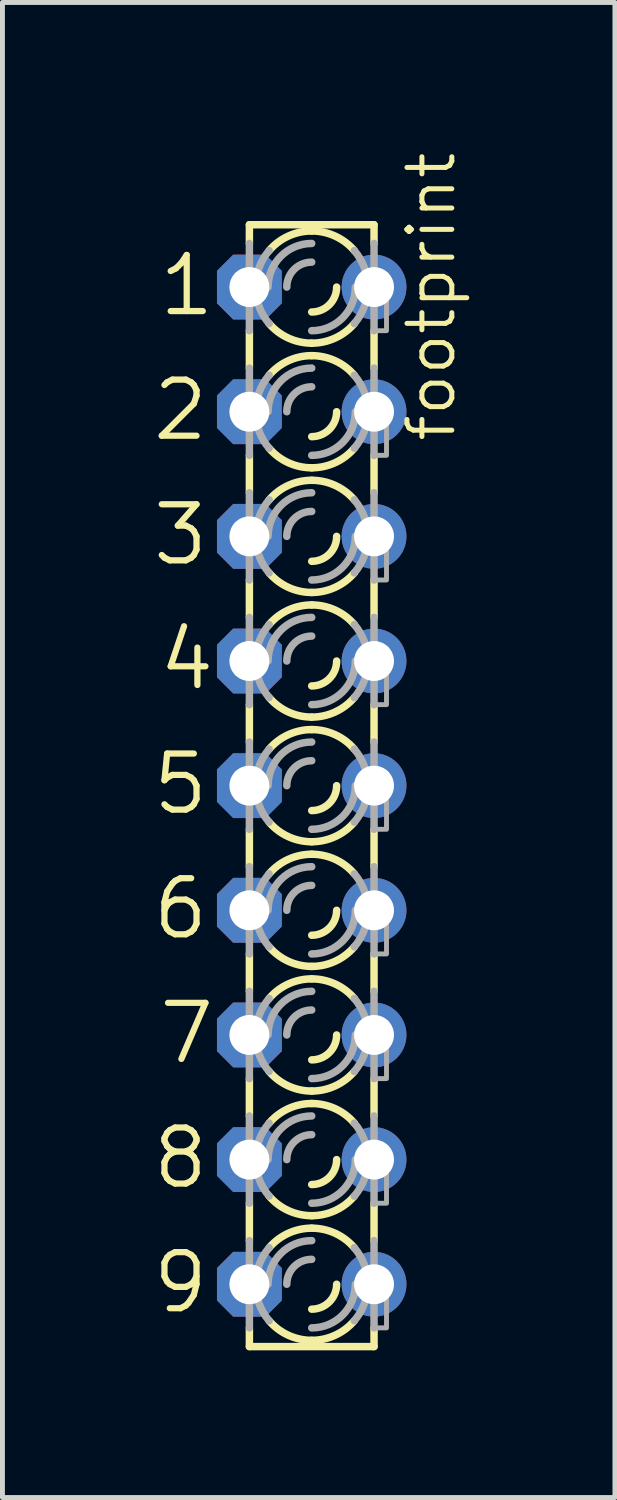
<source format=kicad_pcb>
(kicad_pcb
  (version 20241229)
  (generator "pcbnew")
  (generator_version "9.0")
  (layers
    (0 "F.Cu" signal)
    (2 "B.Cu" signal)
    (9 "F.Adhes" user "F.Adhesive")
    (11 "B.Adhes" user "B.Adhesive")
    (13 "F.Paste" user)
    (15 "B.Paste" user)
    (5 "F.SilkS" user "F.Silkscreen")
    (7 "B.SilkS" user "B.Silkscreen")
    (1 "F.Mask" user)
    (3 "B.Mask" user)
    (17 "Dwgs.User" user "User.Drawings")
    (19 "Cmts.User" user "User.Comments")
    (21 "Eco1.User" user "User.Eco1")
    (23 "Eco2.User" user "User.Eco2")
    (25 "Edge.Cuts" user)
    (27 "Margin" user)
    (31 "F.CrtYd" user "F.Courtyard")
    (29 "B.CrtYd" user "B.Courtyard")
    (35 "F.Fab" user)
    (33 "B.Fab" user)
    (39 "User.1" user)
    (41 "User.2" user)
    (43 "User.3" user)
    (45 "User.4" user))
  (footprint "footprint"
    (layer "F.Cu")
    (at 3.302 12.96)
    (property "Reference" "footprint" (at 2.972 -6.96 90) (layer "F.SilkS") (effects (font (size 0.914 0.914) (thickness 0.102)) (justify left bottom)))
    (fp_line (start -1.27 -11.43) (end -1.27 -11.049) (stroke (width 0.152) (type solid)) (layer "F.SilkS"))
    (fp_line (start -1.27 -11.43) (end 1.27 -11.43) (stroke (width 0.152) (type solid)) (layer "F.SilkS"))
    (fp_line (start -1.27 -9.271) (end -1.27 -8.509) (stroke (width 0.152) (type solid)) (layer "F.SilkS"))
    (fp_line (start -1.27 -6.731) (end -1.27 -5.969) (stroke (width 0.152) (type solid)) (layer "F.SilkS"))
    (fp_line (start -1.27 -3.429) (end -1.27 -4.191) (stroke (width 0.152) (type solid)) (layer "F.SilkS"))
    (fp_line (start -1.27 -1.651) (end -1.27 -0.889) (stroke (width 0.152) (type solid)) (layer "F.SilkS"))
    (fp_line (start -1.27 0.889) (end -1.27 1.651) (stroke (width 0.152) (type solid)) (layer "F.SilkS"))
    (fp_line (start -1.27 3.429) (end -1.27 4.191) (stroke (width 0.152) (type solid)) (layer "F.SilkS"))
    (fp_line (start -1.27 5.969) (end -1.27 6.731) (stroke (width 0.152) (type solid)) (layer "F.SilkS"))
    (fp_line (start -1.27 8.509) (end -1.27 9.271) (stroke (width 0.152) (type solid)) (layer "F.SilkS"))
    (fp_line (start -1.27 11.43) (end -1.27 11.049) (stroke (width 0.152) (type solid)) (layer "F.SilkS"))
    (fp_line (start -1.27 11.43) (end 1.27 11.43) (stroke (width 0.152) (type solid)) (layer "F.SilkS"))
    (fp_line (start 1.27 -11.43) (end 1.27 -11.049) (stroke (width 0.152) (type solid)) (layer "F.SilkS"))
    (fp_line (start 1.27 -9.271) (end 1.27 -8.509) (stroke (width 0.152) (type solid)) (layer "F.SilkS"))
    (fp_line (start 1.27 -6.731) (end 1.27 -5.969) (stroke (width 0.152) (type solid)) (layer "F.SilkS"))
    (fp_line (start 1.27 -3.429) (end 1.27 -4.191) (stroke (width 0.152) (type solid)) (layer "F.SilkS"))
    (fp_line (start 1.27 -1.651) (end 1.27 -0.889) (stroke (width 0.152) (type solid)) (layer "F.SilkS"))
    (fp_line (start 1.27 0.889) (end 1.27 1.651) (stroke (width 0.152) (type solid)) (layer "F.SilkS"))
    (fp_line (start 1.27 3.429) (end 1.27 4.191) (stroke (width 0.152) (type solid)) (layer "F.SilkS"))
    (fp_line (start 1.27 5.969) (end 1.27 6.731) (stroke (width 0.152) (type solid)) (layer "F.SilkS"))
    (fp_line (start 1.27 8.509) (end 1.27 9.271) (stroke (width 0.152) (type solid)) (layer "F.SilkS"))
    (fp_line (start 1.27 11.43) (end 1.27 11.049) (stroke (width 0.152) (type solid)) (layer "F.SilkS"))
    (fp_arc (start -0.8678 -10.9039) (mid -0.477588 -11.198445) (end 0 -11.303001) (stroke (width 0.1524) (type solid)) (layer "F.SilkS"))
    (fp_arc (start -0.8678 -8.3639) (mid -0.477588 -8.658445) (end 0 -8.763001) (stroke (width 0.1524) (type solid)) (layer "F.SilkS"))
    (fp_arc (start -0.8678 -5.8239) (mid -0.477588 -6.118445) (end 0 -6.223001) (stroke (width 0.1524) (type solid)) (layer "F.SilkS"))
    (fp_arc (start -0.8678 -3.2839) (mid -0.477588 -3.578445) (end 0 -3.683001) (stroke (width 0.1524) (type solid)) (layer "F.SilkS"))
    (fp_arc (start -0.8678 -0.7439) (mid -0.477588 -1.038445) (end 0 -1.143001) (stroke (width 0.1524) (type solid)) (layer "F.SilkS"))
    (fp_arc (start -0.8678 1.7961) (mid -0.477588 1.501555) (end -0.000001 1.396999) (stroke (width 0.1524) (type solid)) (layer "F.SilkS"))
    (fp_arc (start -0.8678 4.3361) (mid -0.477588 4.041555) (end -0.000001 3.936999) (stroke (width 0.1524) (type solid)) (layer "F.SilkS"))
    (fp_arc (start -0.8678 6.8761) (mid -0.477588 6.581555) (end -0.000001 6.476999) (stroke (width 0.1524) (type solid)) (layer "F.SilkS"))
    (fp_arc (start -0.8678 9.4161) (mid -0.477588 9.121555) (end -0.000001 9.016999) (stroke (width 0.1524) (type solid)) (layer "F.SilkS"))
    (fp_arc (start -0.000001 -9.016999) (mid -0.477588 -9.121555) (end -0.8678 -9.4161) (stroke (width 0.1524) (type solid)) (layer "F.SilkS"))
    (fp_arc (start -0.000001 -6.476999) (mid -0.477588 -6.581555) (end -0.8678 -6.8761) (stroke (width 0.1524) (type solid)) (layer "F.SilkS"))
    (fp_arc (start -0.000001 -3.936999) (mid -0.477588 -4.041555) (end -0.8678 -4.3361) (stroke (width 0.1524) (type solid)) (layer "F.SilkS"))
    (fp_arc (start -0.000001 -1.396999) (mid -0.477588 -1.501555) (end -0.8678 -1.7961) (stroke (width 0.1524) (type solid)) (layer "F.SilkS"))
    (fp_arc (start 0 -11.303) (mid 0.477588 -11.198444) (end 0.8678 -10.903899) (stroke (width 0.1524) (type solid)) (layer "F.SilkS"))
    (fp_arc (start 0 -8.763) (mid 0.477588 -8.658444) (end 0.8678 -8.363899) (stroke (width 0.1524) (type solid)) (layer "F.SilkS"))
    (fp_arc (start 0 -6.223) (mid 0.477588 -6.118444) (end 0.8678 -5.823899) (stroke (width 0.1524) (type solid)) (layer "F.SilkS"))
    (fp_arc (start 0 -3.683) (mid 0.477588 -3.578444) (end 0.8678 -3.283899) (stroke (width 0.1524) (type solid)) (layer "F.SilkS"))
    (fp_arc (start 0 -1.143) (mid 0.477588 -1.038444) (end 0.8678 -0.743899) (stroke (width 0.1524) (type solid)) (layer "F.SilkS"))
    (fp_arc (start 0 1.143001) (mid -0.477588 1.038445) (end -0.8678 0.7439) (stroke (width 0.1524) (type solid)) (layer "F.SilkS"))
    (fp_arc (start 0 1.397) (mid 0.477587 1.501556) (end 0.867799 1.7961) (stroke (width 0.1524) (type solid)) (layer "F.SilkS"))
    (fp_arc (start 0 3.683001) (mid -0.477588 3.578445) (end -0.8678 3.2839) (stroke (width 0.1524) (type solid)) (layer "F.SilkS"))
    (fp_arc (start 0 3.937) (mid 0.477587 4.041556) (end 0.867799 4.3361) (stroke (width 0.1524) (type solid)) (layer "F.SilkS"))
    (fp_arc (start 0 6.223001) (mid -0.477588 6.118445) (end -0.8678 5.8239) (stroke (width 0.1524) (type solid)) (layer "F.SilkS"))
    (fp_arc (start 0 6.477) (mid 0.477587 6.581556) (end 0.867799 6.8761) (stroke (width 0.1524) (type solid)) (layer "F.SilkS"))
    (fp_arc (start 0 8.763001) (mid -0.477588 8.658445) (end -0.8678 8.3639) (stroke (width 0.1524) (type solid)) (layer "F.SilkS"))
    (fp_arc (start 0 9.017) (mid 0.477587 9.121556) (end 0.867799 9.4161) (stroke (width 0.1524) (type solid)) (layer "F.SilkS"))
    (fp_arc (start 0 11.303001) (mid -0.477588 11.198445) (end -0.8678 10.9039) (stroke (width 0.1524) (type solid)) (layer "F.SilkS"))
    (fp_arc (start 0.508 -10.16) (mid 0.35921 -9.80079) (end 0 -9.652) (stroke (width 0.1524) (type solid)) (layer "F.SilkS"))
    (fp_arc (start 0.508 -7.62) (mid 0.35921 -7.26079) (end 0 -7.112) (stroke (width 0.1524) (type solid)) (layer "F.SilkS"))
    (fp_arc (start 0.508 -5.08) (mid 0.35921 -4.72079) (end 0 -4.572) (stroke (width 0.1524) (type solid)) (layer "F.SilkS"))
    (fp_arc (start 0.508 -2.54) (mid 0.35921 -2.18079) (end 0 -2.032) (stroke (width 0.1524) (type solid)) (layer "F.SilkS"))
    (fp_arc (start 0.508 0) (mid 0.35921 0.35921) (end 0 0.508) (stroke (width 0.1524) (type solid)) (layer "F.SilkS"))
    (fp_arc (start 0.508 2.54) (mid 0.35921 2.89921) (end 0 3.048) (stroke (width 0.1524) (type solid)) (layer "F.SilkS"))
    (fp_arc (start 0.508 5.08) (mid 0.35921 5.43921) (end 0 5.588) (stroke (width 0.1524) (type solid)) (layer "F.SilkS"))
    (fp_arc (start 0.508 7.62) (mid 0.35921 7.97921) (end 0 8.128) (stroke (width 0.1524) (type solid)) (layer "F.SilkS"))
    (fp_arc (start 0.508 10.16) (mid 0.35921 10.51921) (end 0 10.668) (stroke (width 0.1524) (type solid)) (layer "F.SilkS"))
    (fp_arc (start 0.867799 -9.4161) (mid 0.477587 -9.121556) (end 0 -9.017) (stroke (width 0.1524) (type solid)) (layer "F.SilkS"))
    (fp_arc (start 0.867799 -6.8761) (mid 0.477587 -6.581556) (end 0 -6.477) (stroke (width 0.1524) (type solid)) (layer "F.SilkS"))
    (fp_arc (start 0.867799 -4.3361) (mid 0.477587 -4.041556) (end 0 -3.937) (stroke (width 0.1524) (type solid)) (layer "F.SilkS"))
    (fp_arc (start 0.867799 -1.7961) (mid 0.477587 -1.501556) (end 0 -1.397) (stroke (width 0.1524) (type solid)) (layer "F.SilkS"))
    (fp_arc (start 0.8678 0.743899) (mid 0.477588 1.038444) (end 0 1.143) (stroke (width 0.1524) (type solid)) (layer "F.SilkS"))
    (fp_arc (start 0.8678 3.283899) (mid 0.477588 3.578444) (end 0 3.683) (stroke (width 0.1524) (type solid)) (layer "F.SilkS"))
    (fp_arc (start 0.8678 5.823899) (mid 0.477588 6.118444) (end 0 6.223) (stroke (width 0.1524) (type solid)) (layer "F.SilkS"))
    (fp_arc (start 0.8678 8.363899) (mid 0.477588 8.658444) (end 0 8.763) (stroke (width 0.1524) (type solid)) (layer "F.SilkS"))
    (fp_arc (start 0.8678 10.903899) (mid 0.477588 11.198444) (end 0 11.303) (stroke (width 0.1524) (type solid)) (layer "F.SilkS"))
    (fp_line (start -1.27 -9.271) (end -1.27 -11.049) (stroke (width 0.152) (type solid)) (layer "F.Fab"))
    (fp_line (start -1.27 -6.731) (end -1.27 -8.509) (stroke (width 0.152) (type solid)) (layer "F.Fab"))
    (fp_line (start -1.27 -4.191) (end -1.27 -5.969) (stroke (width 0.152) (type solid)) (layer "F.Fab"))
    (fp_line (start -1.27 -1.651) (end -1.27 -3.429) (stroke (width 0.152) (type solid)) (layer "F.Fab"))
    (fp_line (start -1.27 0.889) (end -1.27 -0.889) (stroke (width 0.152) (type solid)) (layer "F.Fab"))
    (fp_line (start -1.27 3.429) (end -1.27 1.651) (stroke (width 0.152) (type solid)) (layer "F.Fab"))
    (fp_line (start -1.27 5.969) (end -1.27 4.191) (stroke (width 0.152) (type solid)) (layer "F.Fab"))
    (fp_line (start -1.27 8.509) (end -1.27 6.731) (stroke (width 0.152) (type solid)) (layer "F.Fab"))
    (fp_line (start -1.27 11.049) (end -1.27 9.271) (stroke (width 0.152) (type solid)) (layer "F.Fab"))
    (fp_line (start 1.27 -9.271) (end 1.27 -11.049) (stroke (width 0.152) (type solid)) (layer "F.Fab"))
    (fp_line (start 1.27 -6.731) (end 1.27 -8.509) (stroke (width 0.152) (type solid)) (layer "F.Fab"))
    (fp_line (start 1.27 -4.191) (end 1.27 -5.969) (stroke (width 0.152) (type solid)) (layer "F.Fab"))
    (fp_line (start 1.27 -1.651) (end 1.27 -3.429) (stroke (width 0.152) (type solid)) (layer "F.Fab"))
    (fp_line (start 1.27 0.889) (end 1.27 -0.889) (stroke (width 0.152) (type solid)) (layer "F.Fab"))
    (fp_line (start 1.27 3.429) (end 1.27 1.651) (stroke (width 0.152) (type solid)) (layer "F.Fab"))
    (fp_line (start 1.27 5.969) (end 1.27 4.191) (stroke (width 0.152) (type solid)) (layer "F.Fab"))
    (fp_line (start 1.27 8.509) (end 1.27 6.731) (stroke (width 0.152) (type solid)) (layer "F.Fab"))
    (fp_line (start 1.27 11.049) (end 1.27 9.271) (stroke (width 0.152) (type solid)) (layer "F.Fab"))
    (fp_arc (start -1.143 -10.16) (mid -1.071949 -10.556597) (end -0.8677 -10.9039) (stroke (width 0.1524) (type solid)) (layer "F.Fab"))
    (fp_arc (start -1.143 -7.62) (mid -1.071949 -8.016597) (end -0.8677 -8.3639) (stroke (width 0.1524) (type solid)) (layer "F.Fab"))
    (fp_arc (start -1.143 -5.08) (mid -1.071949 -5.476597) (end -0.8677 -5.8239) (stroke (width 0.1524) (type solid)) (layer "F.Fab"))
    (fp_arc (start -1.143 -2.54) (mid -1.071949 -2.936597) (end -0.8677 -3.2839) (stroke (width 0.1524) (type solid)) (layer "F.Fab"))
    (fp_arc (start -1.143 0) (mid -1.071996 -0.396587) (end -0.8678 -0.7439) (stroke (width 0.1524) (type solid)) (layer "F.Fab"))
    (fp_arc (start -1.143 2.54) (mid -1.071997 2.143413) (end -0.867801 1.7961) (stroke (width 0.1524) (type solid)) (layer "F.Fab"))
    (fp_arc (start -1.143 5.08) (mid -1.071997 4.683413) (end -0.867801 4.3361) (stroke (width 0.1524) (type solid)) (layer "F.Fab"))
    (fp_arc (start -1.143 7.62) (mid -1.071997 7.223413) (end -0.867801 6.8761) (stroke (width 0.1524) (type solid)) (layer "F.Fab"))
    (fp_arc (start -1.143 10.16) (mid -1.071997 9.763413) (end -0.867801 9.4161) (stroke (width 0.1524) (type solid)) (layer "F.Fab"))
    (fp_arc (start -0.889 -10.16) (mid -0.628618 -10.788618) (end 0 -11.049) (stroke (width 0.1524) (type solid)) (layer "F.Fab"))
    (fp_arc (start -0.889 -7.62) (mid -0.628618 -8.248618) (end 0 -8.509) (stroke (width 0.1524) (type solid)) (layer "F.Fab"))
    (fp_arc (start -0.889 -5.08) (mid -0.628618 -5.708618) (end 0 -5.969) (stroke (width 0.1524) (type solid)) (layer "F.Fab"))
    (fp_arc (start -0.889 -2.54) (mid -0.628618 -3.168618) (end 0 -3.429) (stroke (width 0.1524) (type solid)) (layer "F.Fab"))
    (fp_arc (start -0.889 0) (mid -0.628618 -0.628618) (end 0 -0.889) (stroke (width 0.1524) (type solid)) (layer "F.Fab"))
    (fp_arc (start -0.889 2.54) (mid -0.628618 1.911382) (end 0 1.651) (stroke (width 0.1524) (type solid)) (layer "F.Fab"))
    (fp_arc (start -0.889 5.08) (mid -0.628618 4.451382) (end 0 4.191) (stroke (width 0.1524) (type solid)) (layer "F.Fab"))
    (fp_arc (start -0.889 7.62) (mid -0.628618 6.991382) (end 0 6.731) (stroke (width 0.1524) (type solid)) (layer "F.Fab"))
    (fp_arc (start -0.889 10.16) (mid -0.628618 9.531382) (end 0 9.271) (stroke (width 0.1524) (type solid)) (layer "F.Fab"))
    (fp_arc (start -0.867801 -9.4161) (mid -1.071997 -9.763413) (end -1.143 -10.16) (stroke (width 0.1524) (type solid)) (layer "F.Fab"))
    (fp_arc (start -0.867801 -6.8761) (mid -1.071997 -7.223413) (end -1.143 -7.62) (stroke (width 0.1524) (type solid)) (layer "F.Fab"))
    (fp_arc (start -0.867801 -4.3361) (mid -1.071997 -4.683413) (end -1.143 -5.08) (stroke (width 0.1524) (type solid)) (layer "F.Fab"))
    (fp_arc (start -0.867801 -1.7961) (mid -1.071997 -2.143413) (end -1.143 -2.54) (stroke (width 0.1524) (type solid)) (layer "F.Fab"))
    (fp_arc (start -0.8678 0.7439) (mid -1.071996 0.396587) (end -1.143 0) (stroke (width 0.1524) (type solid)) (layer "F.Fab"))
    (fp_arc (start -0.8677 3.2839) (mid -1.071949 2.936597) (end -1.143 2.54) (stroke (width 0.1524) (type solid)) (layer "F.Fab"))
    (fp_arc (start -0.8677 5.8239) (mid -1.071949 5.476597) (end -1.143 5.08) (stroke (width 0.1524) (type solid)) (layer "F.Fab"))
    (fp_arc (start -0.8677 8.3639) (mid -1.071949 8.016597) (end -1.143 7.62) (stroke (width 0.1524) (type solid)) (layer "F.Fab"))
    (fp_arc (start -0.8677 10.9039) (mid -1.071949 10.556597) (end -1.143 10.16) (stroke (width 0.1524) (type solid)) (layer "F.Fab"))
    (fp_arc (start -0.508 -10.16) (mid -0.35921 -10.51921) (end 0 -10.668) (stroke (width 0.1524) (type solid)) (layer "F.Fab"))
    (fp_arc (start -0.508 -7.62) (mid -0.35921 -7.97921) (end 0 -8.128) (stroke (width 0.1524) (type solid)) (layer "F.Fab"))
    (fp_arc (start -0.508 -5.08) (mid -0.35921 -5.43921) (end 0 -5.588) (stroke (width 0.1524) (type solid)) (layer "F.Fab"))
    (fp_arc (start -0.508 -2.54) (mid -0.35921 -2.89921) (end 0 -3.048) (stroke (width 0.1524) (type solid)) (layer "F.Fab"))
    (fp_arc (start -0.508 0) (mid -0.35921 -0.35921) (end 0 -0.508) (stroke (width 0.1524) (type solid)) (layer "F.Fab"))
    (fp_arc (start -0.508 2.54) (mid -0.35921 2.18079) (end 0 2.032) (stroke (width 0.1524) (type solid)) (layer "F.Fab"))
    (fp_arc (start -0.508 5.08) (mid -0.35921 4.72079) (end 0 4.572) (stroke (width 0.1524) (type solid)) (layer "F.Fab"))
    (fp_arc (start -0.508 7.62) (mid -0.35921 7.26079) (end 0 7.112) (stroke (width 0.1524) (type solid)) (layer "F.Fab"))
    (fp_arc (start -0.508 10.16) (mid -0.35921 9.80079) (end 0 9.652) (stroke (width 0.1524) (type solid)) (layer "F.Fab"))
    (fp_arc (start 0.8678 -10.9039) (mid 1.072043 -10.556595) (end 1.1431 -10.16) (stroke (width 0.1524) (type solid)) (layer "F.Fab"))
    (fp_arc (start 0.8678 -8.3639) (mid 1.072043 -8.016595) (end 1.1431 -7.62) (stroke (width 0.1524) (type solid)) (layer "F.Fab"))
    (fp_arc (start 0.8678 -5.8239) (mid 1.072043 -5.476595) (end 1.1431 -5.08) (stroke (width 0.1524) (type solid)) (layer "F.Fab"))
    (fp_arc (start 0.8678 -3.2839) (mid 1.072043 -2.936595) (end 1.1431 -2.54) (stroke (width 0.1524) (type solid)) (layer "F.Fab"))
    (fp_arc (start 0.8678 -0.7439) (mid 1.071996 -0.396587) (end 1.143 0) (stroke (width 0.1524) (type solid)) (layer "F.Fab"))
    (fp_arc (start 0.8678 1.7961) (mid 1.071949 2.143421) (end 1.1429 2.54) (stroke (width 0.1524) (type solid)) (layer "F.Fab"))
    (fp_arc (start 0.8678 4.3361) (mid 1.071949 4.683421) (end 1.1429 5.08) (stroke (width 0.1524) (type solid)) (layer "F.Fab"))
    (fp_arc (start 0.8678 6.8761) (mid 1.071949 7.223421) (end 1.1429 7.62) (stroke (width 0.1524) (type solid)) (layer "F.Fab"))
    (fp_arc (start 0.8678 9.4161) (mid 1.071949 9.763421) (end 1.1429 10.16) (stroke (width 0.1524) (type solid)) (layer "F.Fab"))
    (fp_arc (start 0.889 -10.16) (mid 0.628618 -9.531382) (end 0 -9.271) (stroke (width 0.1524) (type solid)) (layer "F.Fab"))
    (fp_arc (start 0.889 -7.62) (mid 0.628618 -6.991382) (end 0 -6.731) (stroke (width 0.1524) (type solid)) (layer "F.Fab"))
    (fp_arc (start 0.889 -5.08) (mid 0.628618 -4.451382) (end 0 -4.191) (stroke (width 0.1524) (type solid)) (layer "F.Fab"))
    (fp_arc (start 0.889 -2.54) (mid 0.628618 -1.911382) (end 0 -1.651) (stroke (width 0.1524) (type solid)) (layer "F.Fab"))
    (fp_arc (start 0.889 0) (mid 0.628618 0.628618) (end 0 0.889) (stroke (width 0.1524) (type solid)) (layer "F.Fab"))
    (fp_arc (start 0.889 2.54) (mid 0.628618 3.168618) (end 0 3.429) (stroke (width 0.1524) (type solid)) (layer "F.Fab"))
    (fp_arc (start 0.889 5.08) (mid 0.628618 5.708618) (end 0 5.969) (stroke (width 0.1524) (type solid)) (layer "F.Fab"))
    (fp_arc (start 0.889 7.62) (mid 0.628618 8.248618) (end 0 8.509) (stroke (width 0.1524) (type solid)) (layer "F.Fab"))
    (fp_arc (start 0.889 10.16) (mid 0.628618 10.788618) (end 0 11.049) (stroke (width 0.1524) (type solid)) (layer "F.Fab"))
    (fp_arc (start 1.1429 -10.16) (mid 1.071949 -9.763421) (end 0.8678 -9.4161) (stroke (width 0.1524) (type solid)) (layer "F.Fab"))
    (fp_arc (start 1.1429 -7.62) (mid 1.071949 -7.223421) (end 0.8678 -6.8761) (stroke (width 0.1524) (type solid)) (layer "F.Fab"))
    (fp_arc (start 1.1429 -5.08) (mid 1.071949 -4.683421) (end 0.8678 -4.3361) (stroke (width 0.1524) (type solid)) (layer "F.Fab"))
    (fp_arc (start 1.1429 -2.54) (mid 1.071949 -2.143421) (end 0.8678 -1.7961) (stroke (width 0.1524) (type solid)) (layer "F.Fab"))
    (fp_arc (start 1.143 0) (mid 1.071996 0.396587) (end 0.8678 0.7439) (stroke (width 0.1524) (type solid)) (layer "F.Fab"))
    (fp_arc (start 1.1431 2.54) (mid 1.072043 2.936594) (end 0.8678 3.2839) (stroke (width 0.1524) (type solid)) (layer "F.Fab"))
    (fp_arc (start 1.1431 5.08) (mid 1.072043 5.476594) (end 0.8678 5.8239) (stroke (width 0.1524) (type solid)) (layer "F.Fab"))
    (fp_arc (start 1.1431 7.62) (mid 1.072043 8.016594) (end 0.8678 8.3639) (stroke (width 0.1524) (type solid)) (layer "F.Fab"))
    (fp_arc (start 1.1431 10.16) (mid 1.072043 10.556594) (end 0.8678 10.9039) (stroke (width 0.1524) (type solid)) (layer "F.Fab"))
    (fp_poly (pts (xy -1.524 -9.906) (xy -1.27 -9.906) (xy -1.27 -10.414) (xy -1.524 -10.414)) (stroke (width 0.1) (type solid)) (fill no) (layer "F.Fab"))
    (fp_poly (pts (xy -1.524 -7.366) (xy -1.27 -7.366) (xy -1.27 -7.874) (xy -1.524 -7.874)) (stroke (width 0.1) (type solid)) (fill no) (layer "F.Fab"))
    (fp_poly (pts (xy -1.524 -4.826) (xy -1.27 -4.826) (xy -1.27 -5.334) (xy -1.524 -5.334)) (stroke (width 0.1) (type solid)) (fill no) (layer "F.Fab"))
    (fp_poly (pts (xy -1.524 -2.286) (xy -1.27 -2.286) (xy -1.27 -2.794) (xy -1.524 -2.794)) (stroke (width 0.1) (type solid)) (fill no) (layer "F.Fab"))
    (fp_poly (pts (xy -1.524 0.254) (xy -1.27 0.254) (xy -1.27 -0.254) (xy -1.524 -0.254)) (stroke (width 0.1) (type solid)) (fill no) (layer "F.Fab"))
    (fp_poly (pts (xy -1.524 2.794) (xy -1.27 2.794) (xy -1.27 2.286) (xy -1.524 2.286)) (stroke (width 0.1) (type solid)) (fill no) (layer "F.Fab"))
    (fp_poly (pts (xy -1.524 5.334) (xy -1.27 5.334) (xy -1.27 4.826) (xy -1.524 4.826)) (stroke (width 0.1) (type solid)) (fill no) (layer "F.Fab"))
    (fp_poly (pts (xy -1.524 7.874) (xy -1.27 7.874) (xy -1.27 7.366) (xy -1.524 7.366)) (stroke (width 0.1) (type solid)) (fill no) (layer "F.Fab"))
    (fp_poly (pts (xy -1.524 10.414) (xy -1.27 10.414) (xy -1.27 9.906) (xy -1.524 9.906)) (stroke (width 0.1) (type solid)) (fill no) (layer "F.Fab"))
    (fp_poly (pts (xy 1.27 -9.271) (xy 1.524 -9.271) (xy 1.524 -10.414) (xy 1.27 -10.414)) (stroke (width 0.1) (type solid)) (fill no) (layer "F.Fab"))
    (fp_poly (pts (xy 1.27 -6.731) (xy 1.524 -6.731) (xy 1.524 -7.874) (xy 1.27 -7.874)) (stroke (width 0.1) (type solid)) (fill no) (layer "F.Fab"))
    (fp_poly (pts (xy 1.27 -4.191) (xy 1.524 -4.191) (xy 1.524 -5.334) (xy 1.27 -5.334)) (stroke (width 0.1) (type solid)) (fill no) (layer "F.Fab"))
    (fp_poly (pts (xy 1.27 -1.651) (xy 1.524 -1.651) (xy 1.524 -2.794) (xy 1.27 -2.794)) (stroke (width 0.1) (type solid)) (fill no) (layer "F.Fab"))
    (fp_poly (pts (xy 1.27 0.889) (xy 1.524 0.889) (xy 1.524 -0.254) (xy 1.27 -0.254)) (stroke (width 0.1) (type solid)) (fill no) (layer "F.Fab"))
    (fp_poly (pts (xy 1.27 3.429) (xy 1.524 3.429) (xy 1.524 2.286) (xy 1.27 2.286)) (stroke (width 0.1) (type solid)) (fill no) (layer "F.Fab"))
    (fp_poly (pts (xy 1.27 5.969) (xy 1.524 5.969) (xy 1.524 4.826) (xy 1.27 4.826)) (stroke (width 0.1) (type solid)) (fill no) (layer "F.Fab"))
    (fp_poly (pts (xy 1.27 8.509) (xy 1.524 8.509) (xy 1.524 7.366) (xy 1.27 7.366)) (stroke (width 0.1) (type solid)) (fill no) (layer "F.Fab"))
    (fp_poly (pts (xy 1.27 11.049) (xy 1.524 11.049) (xy 1.524 9.906) (xy 1.27 9.906)) (stroke (width 0.1) (type solid)) (fill no) (layer "F.Fab"))
    (fp_text user "6" (at -3.302 3.175 0) (layer "F.SilkS") (effects (font (size 1.143 1.143) (thickness 0.127)) (justify left bottom)))
    (fp_text user "2" (at -3.302 -6.985 0) (layer "F.SilkS") (effects (font (size 1.143 1.143) (thickness 0.127)) (justify left bottom)))
    (fp_text user "3" (at -3.302 -4.445 0) (layer "F.SilkS") (effects (font (size 1.143 1.143) (thickness 0.127)) (justify left bottom)))
    (fp_text user "9" (at -3.302 10.795 0) (layer "F.SilkS") (effects (font (size 1.143 1.143) (thickness 0.127)) (justify left bottom)))
    (fp_text user "7" (at -3.175 5.715 0) (layer "F.SilkS") (effects (font (size 1.143 1.143) (thickness 0.127)) (justify left bottom)))
    (fp_text user "4" (at -3.175 -1.905 0) (layer "F.SilkS") (effects (font (size 1.143 1.143) (thickness 0.127)) (justify left bottom)))
    (fp_text user "5" (at -3.302 0.635 0) (layer "F.SilkS") (effects (font (size 1.143 1.143) (thickness 0.127)) (justify left bottom)))
    (fp_text user "1" (at -3.175 -9.525 0) (layer "F.SilkS") (effects (font (size 1.143 1.143) (thickness 0.127)) (justify left bottom)))
    (fp_text user "8" (at -3.302 8.255 0) (layer "F.SilkS") (effects (font (size 1.143 1.143) (thickness 0.127)) (justify left bottom)))
    (pad "A1" thru_hole roundrect (at -1.27 -10.16) (size 1.321 1.321) (drill 0.813) (layers "*.Cu" "*.Mask") (roundrect_rratio 0.25) (chamfer_ratio 0.25) (chamfer top_left top_right bottom_left bottom_right))
    (pad "A2" thru_hole roundrect (at -1.27 -7.62) (size 1.321 1.321) (drill 0.813) (layers "*.Cu" "*.Mask") (roundrect_rratio 0.25) (chamfer_ratio 0.25) (chamfer top_left top_right bottom_left bottom_right))
    (pad "A3" thru_hole roundrect (at -1.27 -5.08) (size 1.321 1.321) (drill 0.813) (layers "*.Cu" "*.Mask") (roundrect_rratio 0.25) (chamfer_ratio 0.25) (chamfer top_left top_right bottom_left bottom_right))
    (pad "A4" thru_hole roundrect (at -1.27 -2.54) (size 1.321 1.321) (drill 0.813) (layers "*.Cu" "*.Mask") (roundrect_rratio 0.25) (chamfer_ratio 0.25) (chamfer top_left top_right bottom_left bottom_right))
    (pad "A5" thru_hole roundrect (at -1.27 0) (size 1.321 1.321) (drill 0.813) (layers "*.Cu" "*.Mask") (roundrect_rratio 0.25) (chamfer_ratio 0.25) (chamfer top_left top_right bottom_left bottom_right))
    (pad "A6" thru_hole roundrect (at -1.27 2.54) (size 1.321 1.321) (drill 0.813) (layers "*.Cu" "*.Mask") (roundrect_rratio 0.25) (chamfer_ratio 0.25) (chamfer top_left top_right bottom_left bottom_right))
    (pad "A7" thru_hole roundrect (at -1.27 5.08) (size 1.321 1.321) (drill 0.813) (layers "*.Cu" "*.Mask") (roundrect_rratio 0.25) (chamfer_ratio 0.25) (chamfer top_left top_right bottom_left bottom_right))
    (pad "A8" thru_hole roundrect (at -1.27 7.62) (size 1.321 1.321) (drill 0.813) (layers "*.Cu" "*.Mask") (roundrect_rratio 0.25) (chamfer_ratio 0.25) (chamfer top_left top_right bottom_left bottom_right))
    (pad "A9" thru_hole roundrect (at -1.27 10.16) (size 1.321 1.321) (drill 0.813) (layers "*.Cu" "*.Mask") (roundrect_rratio 0.25) (chamfer_ratio 0.25) (chamfer top_left top_right bottom_left bottom_right))
    (pad "K1" thru_hole circle (at 1.27 -10.16) (size 1.321 1.321) (drill 0.813) (layers "*.Cu" "*.Mask"))
    (pad "K2" thru_hole circle (at 1.27 -7.62) (size 1.321 1.321) (drill 0.813) (layers "*.Cu" "*.Mask"))
    (pad "K3" thru_hole circle (at 1.27 -5.08) (size 1.321 1.321) (drill 0.813) (layers "*.Cu" "*.Mask"))
    (pad "K4" thru_hole circle (at 1.27 -2.54) (size 1.321 1.321) (drill 0.813) (layers "*.Cu" "*.Mask"))
    (pad "K5" thru_hole circle (at 1.27 0) (size 1.321 1.321) (drill 0.813) (layers "*.Cu" "*.Mask"))
    (pad "K6" thru_hole circle (at 1.27 2.54) (size 1.321 1.321) (drill 0.813) (layers "*.Cu" "*.Mask"))
    (pad "K7" thru_hole circle (at 1.27 5.08) (size 1.321 1.321) (drill 0.813) (layers "*.Cu" "*.Mask"))
    (pad "K8" thru_hole circle (at 1.27 7.62) (size 1.321 1.321) (drill 0.813) (layers "*.Cu" "*.Mask"))
    (pad "K9" thru_hole circle (at 1.27 10.16) (size 1.321 1.321) (drill 0.813) (layers "*.Cu" "*.Mask")))
  (gr_rect
    (start -3 -3)
    (end 9.481 27.466)
    (stroke (width 0.1) (type default))
    (fill no)
    (layer "Edge.Cuts")))
</source>
